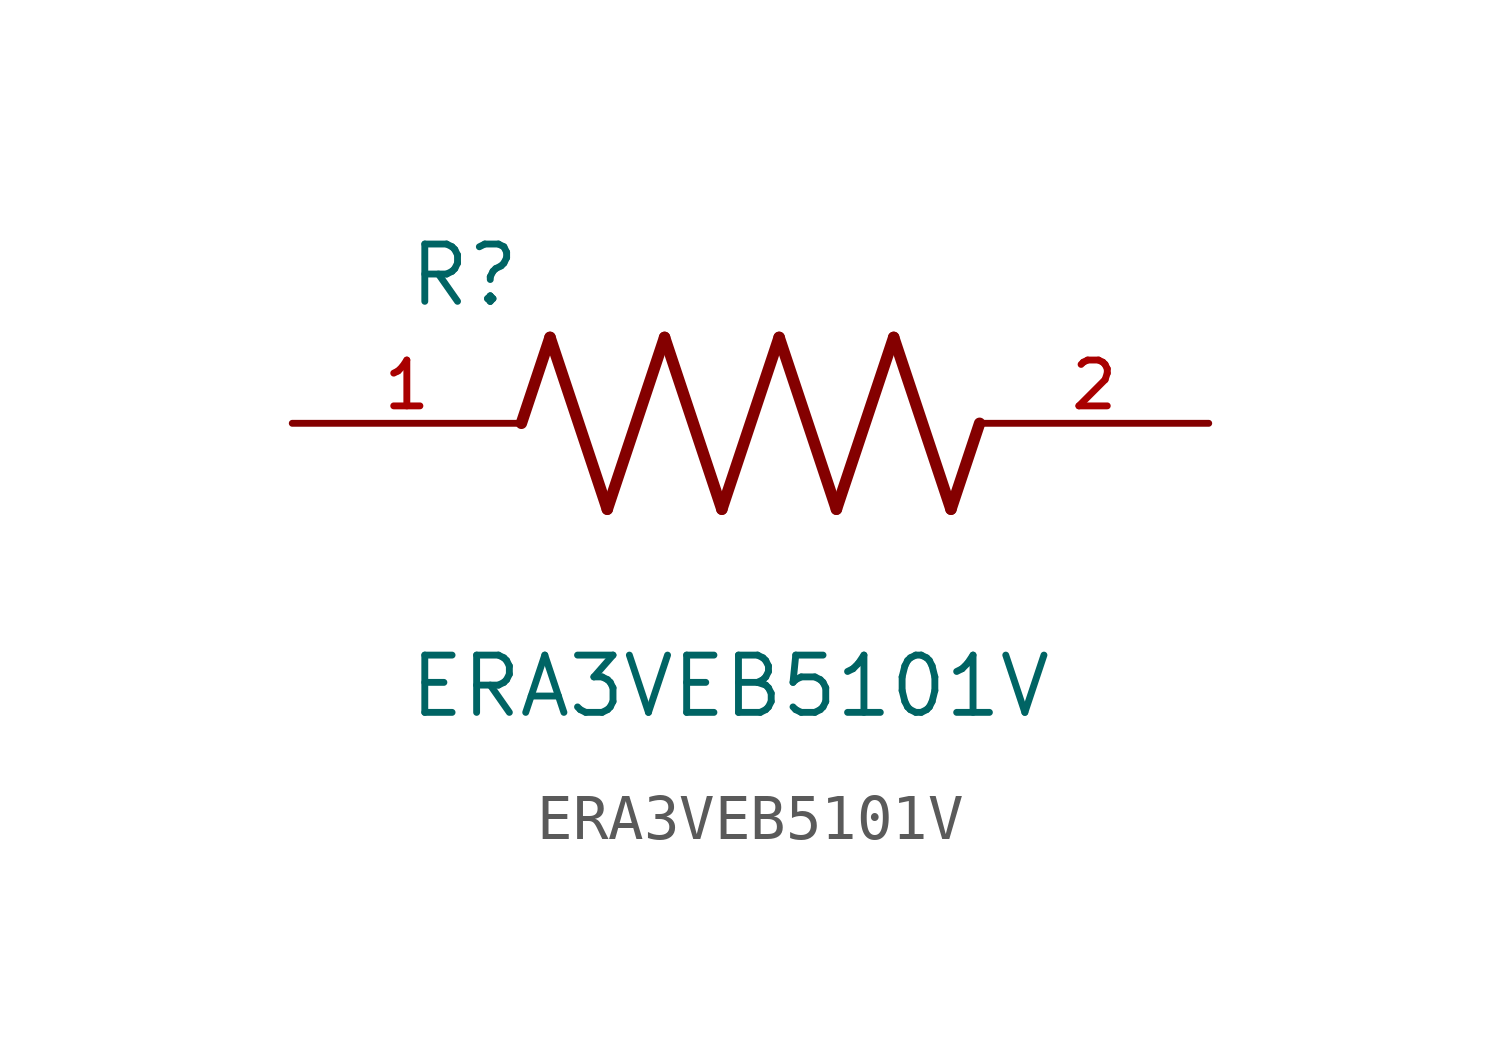
<source format=kicad_sym>
(kicad_symbol_lib
  (version 20211014)
  (generator kicad_symbol_editor)
  (symbol "ERA3VEB5101V"
    (pin_names
      (offset 1.016))
    (property "Reference" "R"
      (at -7.624 2.541 0)
      (effects (font (size 1.27 1.27)) (justify bottom left)))
    (property "Value" "ERA3VEB5101V"
      (at -7.624 -5.087 0)
      (effects (font (size 1.27 1.27)) (justify top left)))
    (symbol "ERA3VEB5101V_0_0"
      (polyline (pts (xy -5.08 0.0) (xy -4.445 1.905)) (stroke (width 0.254)))
      (polyline (pts (xy -4.445 1.905) (xy -3.175 -1.905)) (stroke (width 0.254)))
      (polyline (pts (xy -3.175 -1.905) (xy -1.905 1.905)) (stroke (width 0.254)))
      (polyline (pts (xy -1.905 1.905) (xy -0.635 -1.905)) (stroke (width 0.254)))
      (polyline (pts (xy -0.635 -1.905) (xy 0.635 1.905)) (stroke (width 0.254)))
      (polyline (pts (xy 0.635 1.905) (xy 1.905 -1.905)) (stroke (width 0.254)))
      (polyline (pts (xy 1.905 -1.905) (xy 3.175 1.905)) (stroke (width 0.254)))
      (polyline (pts (xy 3.175 1.905) (xy 4.445 -1.905)) (stroke (width 0.254)))
      (polyline (pts (xy 4.445 -1.905) (xy 5.08 0.0)) (stroke (width 0.254)))
      (pin passive line (at -10.16 0.0 0) (length 5.08) (name "~" (effects (font (size 1.016 1.016)))) (number "1" (effects (font (size 1.016 1.016)))))
      (pin passive line (at 10.16 0.0 180.0) (length 5.08) (name "~" (effects (font (size 1.016 1.016)))) (number "2" (effects (font (size 1.016 1.016))))))))
</source>
